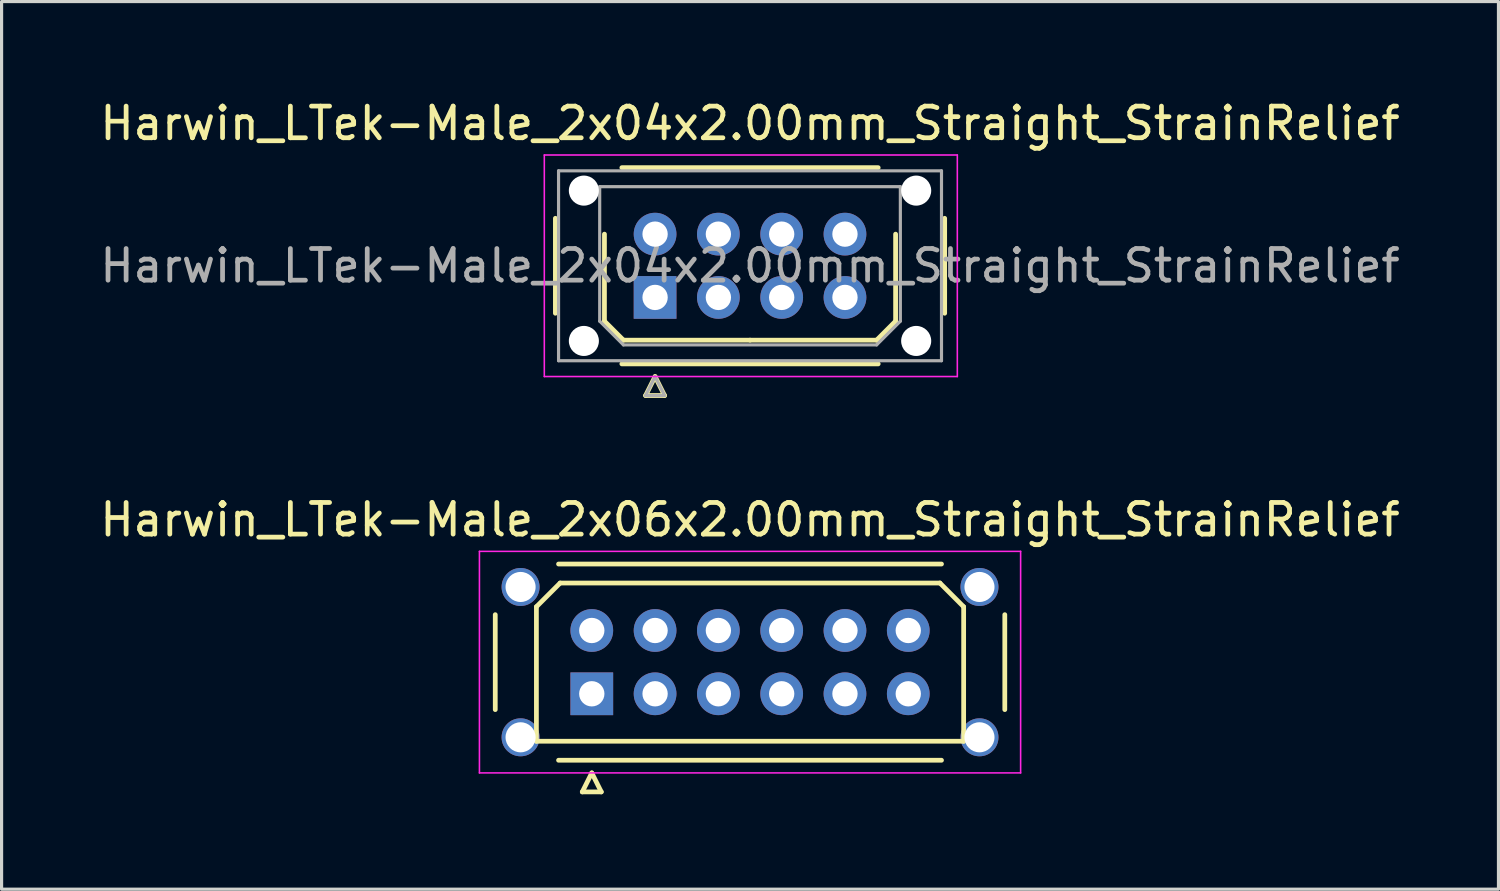
<source format=kicad_pcb>
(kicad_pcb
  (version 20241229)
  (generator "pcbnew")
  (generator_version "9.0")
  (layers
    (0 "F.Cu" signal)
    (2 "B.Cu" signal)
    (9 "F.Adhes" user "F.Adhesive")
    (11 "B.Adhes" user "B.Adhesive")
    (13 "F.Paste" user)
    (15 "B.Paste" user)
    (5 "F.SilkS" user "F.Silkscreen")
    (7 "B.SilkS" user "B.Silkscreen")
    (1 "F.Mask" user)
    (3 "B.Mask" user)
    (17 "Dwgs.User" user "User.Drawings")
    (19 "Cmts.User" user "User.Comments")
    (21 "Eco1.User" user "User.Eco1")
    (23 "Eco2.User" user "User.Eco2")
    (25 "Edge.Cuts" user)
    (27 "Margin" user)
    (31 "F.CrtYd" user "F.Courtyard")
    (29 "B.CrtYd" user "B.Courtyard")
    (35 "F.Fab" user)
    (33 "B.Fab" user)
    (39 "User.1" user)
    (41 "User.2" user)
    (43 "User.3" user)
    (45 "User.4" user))
  (footprint "Harwin_LTek-Male_2x06x2.00mm_Straight_StrainRelief"
    (layer "F.Cu")
    (at 15.649 18.872)
    (property "Reference" "Harwin_LTek-Male_2x06x2.00mm_Straight_StrainRelief" (at 5 -5.5 0) (layer "F.SilkS") (effects (font (size 1 1) (thickness 0.15))))
    (attr through_hole)
    (fp_line (start -3.05 -2.5) (end -3.05 0.5) (stroke (width 0.15) (type solid)) (layer "F.SilkS"))
    (fp_line (start -1.75 -2.75) (end -1 -3.5) (stroke (width 0.15) (type solid)) (layer "F.SilkS"))
    (fp_line (start -1.75 1.5) (end -1.75 -2.75) (stroke (width 0.15) (type solid)) (layer "F.SilkS"))
    (fp_line (start -1.05 -4.1) (end 11.05 -4.1) (stroke (width 0.15) (type solid)) (layer "F.SilkS"))
    (fp_line (start -1.05 2.1) (end 11.05 2.1) (stroke (width 0.15) (type solid)) (layer "F.SilkS"))
    (fp_line (start -1 -3.5) (end 11 -3.5) (stroke (width 0.15) (type solid)) (layer "F.SilkS"))
    (fp_line (start -0.3 3.1) (end 0.3 3.1) (stroke (width 0.15) (type solid)) (layer "F.SilkS"))
    (fp_line (start 0 2.5) (end -0.3 3.1) (stroke (width 0.15) (type solid)) (layer "F.SilkS"))
    (fp_line (start 0.3 3.1) (end 0 2.5) (stroke (width 0.15) (type solid)) (layer "F.SilkS"))
    (fp_line (start 11 -3.5) (end 11.75 -2.75) (stroke (width 0.15) (type solid)) (layer "F.SilkS"))
    (fp_line (start 11.75 -2.75) (end 11.75 1.5) (stroke (width 0.15) (type solid)) (layer "F.SilkS"))
    (fp_line (start 11.75 1.5) (end -1.75 1.5) (stroke (width 0.15) (type solid)) (layer "F.SilkS"))
    (fp_line (start 13.05 -2.5) (end 13.05 0.5) (stroke (width 0.15) (type solid)) (layer "F.SilkS"))
    (fp_line (start -3.55 -4.5) (end -3.55 2.5) (stroke (width 0.05) (type solid)) (layer "F.CrtYd"))
    (fp_line (start -3.55 2.5) (end 13.55 2.5) (stroke (width 0.05) (type solid)) (layer "F.CrtYd"))
    (fp_line (start 13.55 -4.5) (end -3.55 -4.5) (stroke (width 0.05) (type solid)) (layer "F.CrtYd"))
    (fp_line (start 13.55 2.5) (end 13.55 -4.5) (stroke (width 0.05) (type solid)) (layer "F.CrtYd"))
    (pad "" thru_hole circle (at -2.25 -3.375) (size 1.2 1.2) (drill 0.95) (layers "*.Cu" "*.Mask"))
    (pad "" thru_hole circle (at -2.25 1.375) (size 1.2 1.2) (drill 0.95) (layers "*.Cu" "*.Mask"))
    (pad "" thru_hole circle (at 12.25 -3.375) (size 1.2 1.2) (drill 0.95) (layers "*.Cu" "*.Mask"))
    (pad "" thru_hole circle (at 12.25 1.375) (size 1.2 1.2) (drill 0.95) (layers "*.Cu" "*.Mask"))
    (pad "1" thru_hole rect (at 0 0) (size 1.35 1.35) (drill 0.8) (layers "*.Cu" "*.Mask"))
    (pad "2" thru_hole circle (at 0 -2) (size 1.35 1.35) (drill 0.8) (layers "*.Cu" "*.Mask"))
    (pad "3" thru_hole circle (at 2 0) (size 1.35 1.35) (drill 0.8) (layers "*.Cu" "*.Mask"))
    (pad "4" thru_hole circle (at 2 -2) (size 1.35 1.35) (drill 0.8) (layers "*.Cu" "*.Mask"))
    (pad "5" thru_hole circle (at 4 0) (size 1.35 1.35) (drill 0.8) (layers "*.Cu" "*.Mask"))
    (pad "6" thru_hole circle (at 4 -2) (size 1.35 1.35) (drill 0.8) (layers "*.Cu" "*.Mask"))
    (pad "7" thru_hole circle (at 6 0) (size 1.35 1.35) (drill 0.8) (layers "*.Cu" "*.Mask"))
    (pad "8" thru_hole circle (at 6 -2) (size 1.35 1.35) (drill 0.8) (layers "*.Cu" "*.Mask"))
    (pad "9" thru_hole circle (at 8 0) (size 1.35 1.35) (drill 0.8) (layers "*.Cu" "*.Mask"))
    (pad "10" thru_hole circle (at 8 -2) (size 1.35 1.35) (drill 0.8) (layers "*.Cu" "*.Mask"))
    (pad "11" thru_hole circle (at 10 0) (size 1.35 1.35) (drill 0.8) (layers "*.Cu" "*.Mask"))
    (pad "12" thru_hole circle (at 10 -2) (size 1.35 1.35) (drill 0.8) (layers "*.Cu" "*.Mask")))
  (footprint "Harwin_LTek-Male_2x04x2.00mm_Straight_StrainRelief"
    (layer "F.Cu")
    (at 17.649 6.348)
    (property "Reference" "Harwin_LTek-Male_2x04x2.00mm_Straight_StrainRelief" (at 3 -5.5 0) (layer "F.SilkS") (effects (font (size 1 1) (thickness 0.15))))
    (attr through_hole)
    (fp_line (start -3.15 -2.5) (end -3.15 0.5) (stroke (width 0.15) (type solid)) (layer "F.SilkS"))
    (fp_line (start -1.6 -2) (end -1.6 0.75) (stroke (width 0.15) (type solid)) (layer "F.SilkS"))
    (fp_line (start -1.6 0.75) (end -1 1.35) (stroke (width 0.15) (type solid)) (layer "F.SilkS"))
    (fp_line (start -1.05 -4.1) (end 7.05 -4.1) (stroke (width 0.15) (type solid)) (layer "F.SilkS"))
    (fp_line (start -1.05 2.1) (end 7.05 2.1) (stroke (width 0.15) (type solid)) (layer "F.SilkS"))
    (fp_line (start -1 1.35) (end 3 1.35) (stroke (width 0.15) (type solid)) (layer "F.SilkS"))
    (fp_line (start -0.3 3.1) (end 0.3 3.1) (stroke (width 0.15) (type solid)) (layer "F.SilkS"))
    (fp_line (start 0 2.5) (end -0.3 3.1) (stroke (width 0.15) (type solid)) (layer "F.SilkS"))
    (fp_line (start 0.3 3.1) (end 0 2.5) (stroke (width 0.15) (type solid)) (layer "F.SilkS"))
    (fp_line (start 7 1.35) (end 3 1.35) (stroke (width 0.15) (type solid)) (layer "F.SilkS"))
    (fp_line (start 7.6 -2) (end 7.6 0.75) (stroke (width 0.15) (type solid)) (layer "F.SilkS"))
    (fp_line (start 7.6 0.75) (end 7 1.35) (stroke (width 0.15) (type solid)) (layer "F.SilkS"))
    (fp_line (start 9.15 -2.5) (end 9.15 0.5) (stroke (width 0.15) (type solid)) (layer "F.SilkS"))
    (fp_line (start -3.5 -4.5) (end -3.5 2.5) (stroke (width 0.05) (type solid)) (layer "F.CrtYd"))
    (fp_line (start -3.5 2.5) (end 9.55 2.5) (stroke (width 0.05) (type solid)) (layer "F.CrtYd"))
    (fp_line (start 9.55 -4.5) (end -3.5 -4.5) (stroke (width 0.05) (type solid)) (layer "F.CrtYd"))
    (fp_line (start 9.55 2.5) (end 9.55 -4.5) (stroke (width 0.05) (type solid)) (layer "F.CrtYd"))
    (fp_line (start -3.05 -4) (end -3.05 2) (stroke (width 0.1) (type solid)) (layer "F.Fab"))
    (fp_line (start -3.05 2) (end 9.05 2) (stroke (width 0.1) (type solid)) (layer "F.Fab"))
    (fp_line (start -1.75 -3.5) (end 7.75 -3.5) (stroke (width 0.1) (type solid)) (layer "F.Fab"))
    (fp_line (start -1.75 0.75) (end -1.75 -3.5) (stroke (width 0.1) (type solid)) (layer "F.Fab"))
    (fp_line (start -1 1.5) (end -1.75 0.75) (stroke (width 0.1) (type solid)) (layer "F.Fab"))
    (fp_line (start -0.3 3.1) (end 0.3 3.1) (stroke (width 0.1) (type solid)) (layer "F.Fab"))
    (fp_line (start 0 2.5) (end -0.3 3.1) (stroke (width 0.1) (type solid)) (layer "F.Fab"))
    (fp_line (start 0.3 3.1) (end 0 2.5) (stroke (width 0.1) (type solid)) (layer "F.Fab"))
    (fp_line (start 7 1.5) (end -1 1.5) (stroke (width 0.1) (type solid)) (layer "F.Fab"))
    (fp_line (start 7.75 -3.5) (end 7.75 0.75) (stroke (width 0.1) (type solid)) (layer "F.Fab"))
    (fp_line (start 7.75 0.75) (end 7 1.5) (stroke (width 0.1) (type solid)) (layer "F.Fab"))
    (fp_line (start 9.05 -4) (end -3.05 -4) (stroke (width 0.1) (type solid)) (layer "F.Fab"))
    (fp_line (start 9.05 2) (end 9.05 -4) (stroke (width 0.1) (type solid)) (layer "F.Fab"))
    (fp_text user "${REFERENCE}" (at 3 -1 0) (layer "F.Fab") (effects (font (size 1 1) (thickness 0.15))))
    (pad "" np_thru_hole circle (at -2.25 -3.375) (size 0.95 0.95) (drill 0.95) (layers "*.Cu" "*.Mask"))
    (pad "" np_thru_hole circle (at -2.25 1.375) (size 0.95 0.95) (drill 0.95) (layers "*.Cu" "*.Mask"))
    (pad "" np_thru_hole circle (at 8.25 -3.375) (size 0.95 0.95) (drill 0.95) (layers "*.Cu" "*.Mask"))
    (pad "" np_thru_hole circle (at 8.25 1.375) (size 0.95 0.95) (drill 0.95) (layers "*.Cu" "*.Mask"))
    (pad "1" thru_hole rect (at 0 0) (size 1.35 1.35) (drill 0.8) (layers "*.Cu" "*.Mask"))
    (pad "2" thru_hole circle (at 2 0) (size 1.35 1.35) (drill 0.8) (layers "*.Cu" "*.Mask"))
    (pad "3" thru_hole circle (at 4 0) (size 1.35 1.35) (drill 0.8) (layers "*.Cu" "*.Mask"))
    (pad "4" thru_hole circle (at 6 0) (size 1.35 1.35) (drill 0.8) (layers "*.Cu" "*.Mask"))
    (pad "5" thru_hole circle (at 0 -2) (size 1.35 1.35) (drill 0.8) (layers "*.Cu" "*.Mask"))
    (pad "6" thru_hole circle (at 2 -2) (size 1.35 1.35) (drill 0.8) (layers "*.Cu" "*.Mask"))
    (pad "7" thru_hole circle (at 4 -2) (size 1.35 1.35) (drill 0.8) (layers "*.Cu" "*.Mask"))
    (pad "8" thru_hole circle (at 6 -2) (size 1.35 1.35) (drill 0.8) (layers "*.Cu" "*.Mask")))
  (gr_rect
    (start -3 -3)
    (end 44.298 25.047)
    (stroke (width 0.1) (type default))
    (fill no)
    (layer "Edge.Cuts")))
</source>
